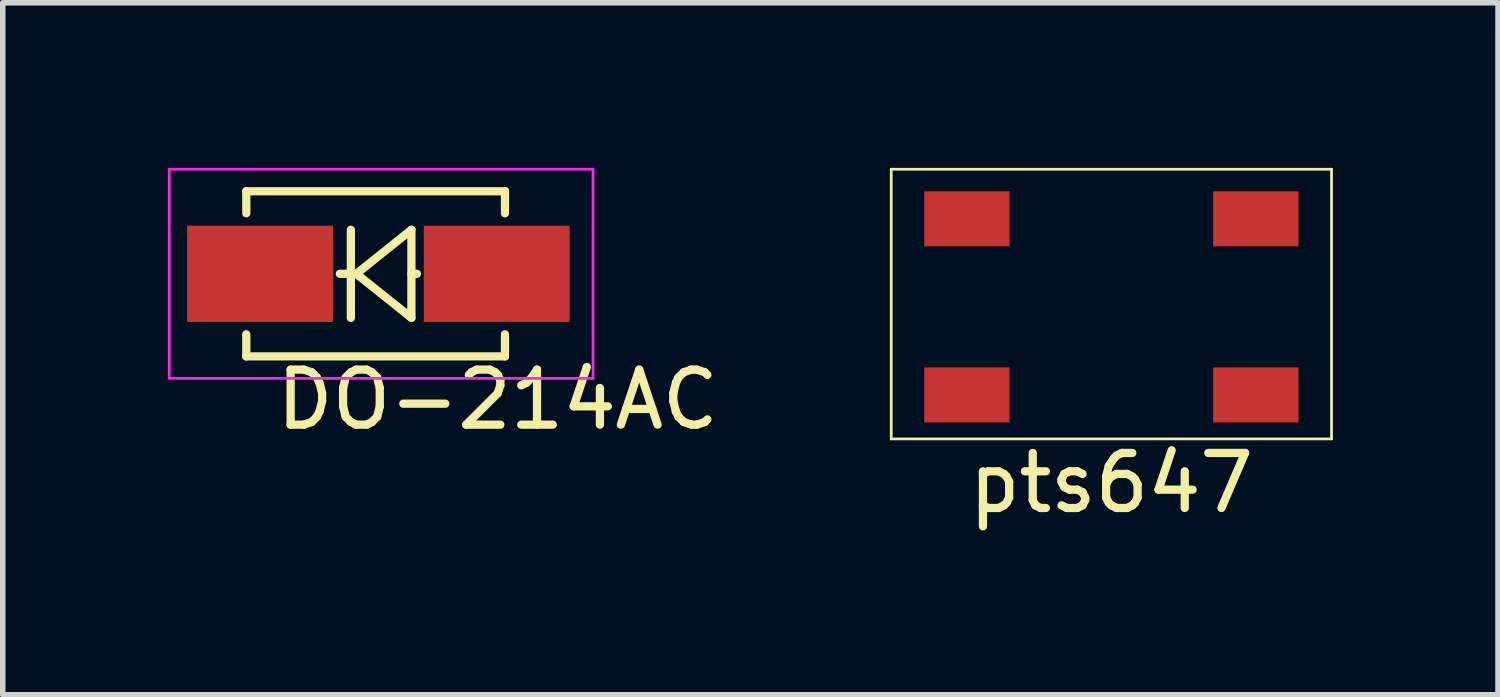
<source format=kicad_pcb>
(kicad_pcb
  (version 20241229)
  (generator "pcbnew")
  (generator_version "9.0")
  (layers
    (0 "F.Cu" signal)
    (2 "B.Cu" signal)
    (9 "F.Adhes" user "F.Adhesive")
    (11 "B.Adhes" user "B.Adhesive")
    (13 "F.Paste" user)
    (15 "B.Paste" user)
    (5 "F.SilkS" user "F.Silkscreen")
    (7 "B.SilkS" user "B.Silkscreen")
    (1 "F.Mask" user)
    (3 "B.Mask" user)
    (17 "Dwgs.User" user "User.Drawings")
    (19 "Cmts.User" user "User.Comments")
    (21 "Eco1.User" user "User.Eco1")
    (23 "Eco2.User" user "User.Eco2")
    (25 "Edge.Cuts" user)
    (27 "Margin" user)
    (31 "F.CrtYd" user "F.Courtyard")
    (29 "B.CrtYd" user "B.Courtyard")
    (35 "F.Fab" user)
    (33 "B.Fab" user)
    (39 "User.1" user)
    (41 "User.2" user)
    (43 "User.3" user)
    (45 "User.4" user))
  (footprint "pts647"
    (layer "F.Cu")
    (at 17.143 2.525)
    (property "Reference" "pts647" (at 0 3.2 0) (layer "F.SilkS") (effects (font (size 1 1) (thickness 0.15))))
    (attr through_hole)
    (fp_line (start -4 -2.5) (end -4 2.4) (stroke (width 0.05) (type solid)) (layer "F.SilkS"))
    (fp_line (start -4 2.4) (end 4 2.4) (stroke (width 0.05) (type solid)) (layer "F.SilkS"))
    (fp_line (start 4 -2.5) (end -4 -2.5) (stroke (width 0.05) (type solid)) (layer "F.SilkS"))
    (fp_line (start 4 2.4) (end 4 -2.5) (stroke (width 0.05) (type solid)) (layer "F.SilkS"))
    (pad "1" smd rect (at -2.625 1.6) (size 1.55 1) (layers "F.Cu" "F.Mask" "F.Paste"))
    (pad "2" smd rect (at 2.625 1.6) (size 1.55 1) (layers "F.Cu" "F.Mask" "F.Paste"))
    (pad "3" smd rect (at 2.625 -1.6) (size 1.55 1) (layers "F.Cu" "F.Mask" "F.Paste"))
    (pad "4" smd rect (at -2.625 -1.6) (size 1.55 1) (layers "F.Cu" "F.Mask" "F.Paste")))
  (footprint "DO-214AC"
    (layer "F.Cu")
    (at 3.825 1.925)
    (property "Reference" "DO-214AC" (at 2.168 2.286 0) (layer "F.SilkS") (effects (font (size 1 1) (thickness 0.15))))
    (attr through_hole)
    (fp_line (start -2.4 -1.5) (end 2.3 -1.5) (stroke (width 0.15) (type solid)) (layer "F.SilkS"))
    (fp_line (start -2.4 -1.1) (end -2.4 -1.5) (stroke (width 0.15) (type solid)) (layer "F.SilkS"))
    (fp_line (start -2.4 1.1) (end -2.4 1.5) (stroke (width 0.15) (type solid)) (layer "F.SilkS"))
    (fp_line (start -2.4 1.5) (end 2.3 1.5) (stroke (width 0.15) (type solid)) (layer "F.SilkS"))
    (fp_line (start -0.5 -0.8) (end -0.5 0.8) (stroke (width 0.15) (type solid)) (layer "F.SilkS"))
    (fp_line (start -0.5 0) (end -0.7 0) (stroke (width 0.15) (type solid)) (layer "F.SilkS"))
    (fp_line (start -0.4 0) (end 0.6 -0.8) (stroke (width 0.15) (type solid)) (layer "F.SilkS"))
    (fp_line (start 0.6 -0.8) (end 0.6 0.8) (stroke (width 0.15) (type solid)) (layer "F.SilkS"))
    (fp_line (start 0.6 0) (end 0.7 0) (stroke (width 0.15) (type solid)) (layer "F.SilkS"))
    (fp_line (start 0.6 0.8) (end -0.4 0) (stroke (width 0.15) (type solid)) (layer "F.SilkS"))
    (fp_line (start 2.3 -1.5) (end 2.3 -1.1) (stroke (width 0.15) (type solid)) (layer "F.SilkS"))
    (fp_line (start 2.3 1.5) (end 2.3 1.1) (stroke (width 0.15) (type solid)) (layer "F.SilkS"))
    (fp_line (start -3.8 -1.9) (end 3.9 -1.9) (stroke (width 0.05) (type solid)) (layer "F.CrtYd"))
    (fp_line (start -3.8 1.9) (end -3.8 -1.9) (stroke (width 0.05) (type solid)) (layer "F.CrtYd"))
    (fp_line (start 3.9 -1.9) (end 3.9 1.9) (stroke (width 0.05) (type solid)) (layer "F.CrtYd"))
    (fp_line (start 3.9 1.9) (end -3.8 1.9) (stroke (width 0.05) (type solid)) (layer "F.CrtYd"))
    (pad "1" smd rect (at -2.15 0) (size 2.65 1.75) (layers "F.Cu" "F.Mask" "F.Paste"))
    (pad "2" smd rect (at 2.15 0) (size 2.65 1.75) (layers "F.Cu" "F.Mask" "F.Paste")))
  (gr_rect
    (start -3 -3)
    (end 24.168 9.573)
    (stroke (width 0.1) (type default))
    (fill no)
    (layer "Edge.Cuts")))
</source>
